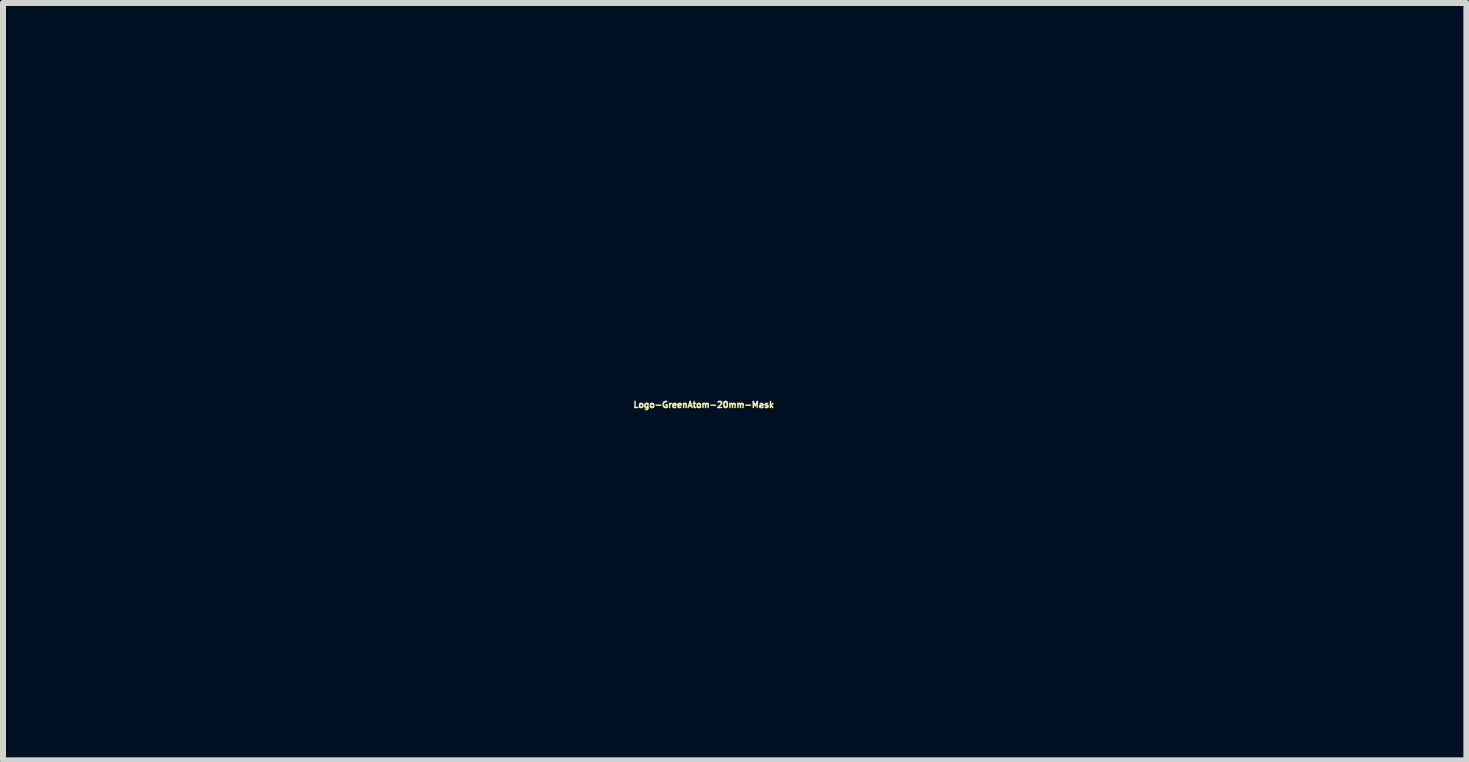
<source format=kicad_pcb>
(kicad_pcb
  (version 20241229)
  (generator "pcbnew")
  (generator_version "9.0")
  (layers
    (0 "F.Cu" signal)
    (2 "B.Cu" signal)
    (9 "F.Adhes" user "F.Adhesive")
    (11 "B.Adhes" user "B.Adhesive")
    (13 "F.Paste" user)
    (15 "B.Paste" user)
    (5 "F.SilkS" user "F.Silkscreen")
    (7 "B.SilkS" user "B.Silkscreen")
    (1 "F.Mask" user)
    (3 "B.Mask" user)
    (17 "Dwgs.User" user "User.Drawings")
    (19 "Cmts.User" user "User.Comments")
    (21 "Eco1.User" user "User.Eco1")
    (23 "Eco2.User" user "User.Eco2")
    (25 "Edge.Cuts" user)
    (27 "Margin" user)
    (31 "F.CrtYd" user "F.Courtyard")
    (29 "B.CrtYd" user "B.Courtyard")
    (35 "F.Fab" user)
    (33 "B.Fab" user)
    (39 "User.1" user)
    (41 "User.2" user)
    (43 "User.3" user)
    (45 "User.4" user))
  (footprint "Logo-GreenAtom-20mm-Mask"
    (layer "F.Cu")
    (at 8.68 3.697)
    (property "Reference" "Logo-GreenAtom-20mm-Mask" (at 0 0 0) (layer "F.SilkS") (effects (font (size 0.1 0.1) (thickness 0.1))))
    (attr board_only exclude_from_pos_files exclude_from_bom)
    (fp_poly (pts (xy -5.078 -1.337) (xy -5.084 -1.331) (xy -5.089 -1.337) (xy -5.084 -1.342)) (stroke (width 0) (type solid)) (fill yes) (layer "F.Mask"))
    (fp_poly (pts (xy -8.088 1.953) (xy -7.994 1.985) (xy -7.907 2.038) (xy -7.854 2.083) (xy -7.787 2.165) (xy -7.74 2.254) (xy -7.713 2.348) (xy -7.705 2.445) (xy -7.716 2.54) (xy -7.745 2.631) (xy -7.793 2.717) (xy -7.857 2.792) (xy -7.939 2.856) (xy -8.003 2.891) (xy -8.079 2.916) (xy -8.165 2.927) (xy -8.254 2.925) (xy -8.336 2.909) (xy -8.342 2.907) (xy -8.414 2.874) (xy -8.487 2.828) (xy -8.549 2.773) (xy -8.569 2.752) (xy -8.627 2.664) (xy -8.664 2.569) (xy -8.68 2.47) (xy -8.677 2.37) (xy -8.653 2.272) (xy -8.608 2.179) (xy -8.545 2.097) (xy -8.465 2.028) (xy -8.376 1.979) (xy -8.282 1.95) (xy -8.184 1.941)) (stroke (width 0) (type solid)) (fill yes) (layer "F.Mask"))
    (fp_poly (pts (xy -6.605 -3.685) (xy -6.511 -3.653) (xy -6.424 -3.6) (xy -6.372 -3.555) (xy -6.304 -3.473) (xy -6.257 -3.384) (xy -6.23 -3.29) (xy -6.222 -3.193) (xy -6.234 -3.098) (xy -6.263 -3.007) (xy -6.31 -2.921) (xy -6.375 -2.846) (xy -6.456 -2.782) (xy -6.521 -2.747) (xy -6.596 -2.722) (xy -6.683 -2.711) (xy -6.771 -2.713) (xy -6.853 -2.729) (xy -6.86 -2.731) (xy -6.932 -2.764) (xy -7.004 -2.81) (xy -7.067 -2.865) (xy -7.086 -2.886) (xy -7.144 -2.974) (xy -7.181 -3.069) (xy -7.198 -3.168) (xy -7.194 -3.268) (xy -7.17 -3.366) (xy -7.126 -3.458) (xy -7.062 -3.541) (xy -6.982 -3.61) (xy -6.894 -3.659) (xy -6.799 -3.688) (xy -6.702 -3.697)) (stroke (width 0) (type solid)) (fill yes) (layer "F.Mask"))
    (fp_poly (pts (xy -2.508 0.389) (xy -2.414 0.421) (xy -2.327 0.473) (xy -2.275 0.519) (xy -2.207 0.6) (xy -2.16 0.69) (xy -2.133 0.784) (xy -2.125 0.88) (xy -2.136 0.976) (xy -2.166 1.067) (xy -2.213 1.152) (xy -2.278 1.228) (xy -2.359 1.292) (xy -2.424 1.327) (xy -2.499 1.351) (xy -2.586 1.363) (xy -2.674 1.36) (xy -2.756 1.344) (xy -2.763 1.342) (xy -2.835 1.31) (xy -2.907 1.264) (xy -2.97 1.209) (xy -2.989 1.187) (xy -3.047 1.1) (xy -3.084 1.005) (xy -3.101 0.906) (xy -3.097 0.806) (xy -3.073 0.708) (xy -3.029 0.615) (xy -2.965 0.533) (xy -2.885 0.464) (xy -2.796 0.415) (xy -2.702 0.386) (xy -2.605 0.377)) (stroke (width 0) (type solid)) (fill yes) (layer "F.Mask"))
    (fp_poly (pts (xy 3.213 0.318) (xy 3.22 0.343) (xy 3.225 0.386) (xy 3.228 0.44) (xy 3.228 0.499) (xy 3.227 0.558) (xy 3.223 0.611) (xy 3.217 0.651) (xy 3.211 0.669) (xy 3.195 0.7) (xy 2.861 0.703) (xy 2.527 0.706) (xy 2.521 1.751) (xy 2.515 2.795) (xy 2.48 2.813) (xy 2.455 2.82) (xy 2.412 2.825) (xy 2.356 2.83) (xy 2.293 2.833) (xy 2.229 2.834) (xy 2.169 2.834) (xy 2.119 2.831) (xy 2.083 2.826) (xy 2.081 2.826) (xy 2.068 2.823) (xy 2.057 2.821) (xy 2.048 2.818) (xy 2.039 2.813) (xy 2.032 2.804) (xy 2.026 2.791) (xy 2.022 2.77) (xy 2.017 2.742) (xy 2.014 2.704) (xy 2.012 2.655) (xy 2.01 2.594) (xy 2.008 2.52) (xy 2.007 2.43) (xy 2.007 2.324) (xy 2.006 2.2) (xy 2.006 2.057) (xy 2.005 1.893) (xy 2.005 1.747) (xy 2.002 0.706) (xy 1.666 0.703) (xy 1.329 0.7) (xy 1.313 0.66) (xy 1.304 0.624) (xy 1.298 0.572) (xy 1.295 0.512) (xy 1.296 0.449) (xy 1.3 0.392) (xy 1.308 0.348) (xy 1.313 0.332) (xy 1.33 0.292) (xy 3.198 0.292)) (stroke (width 0) (type solid)) (fill yes) (layer "F.Mask"))
    (fp_poly (pts (xy -5.713 -0.969) (xy -5.56 -0.939) (xy -5.417 -0.889) (xy -5.285 -0.82) (xy -5.166 -0.732) (xy -5.06 -0.628) (xy -4.97 -0.508) (xy -4.896 -0.373) (xy -4.84 -0.225) (xy -4.826 -0.175) (xy -4.811 -0.093) (xy -4.803 0.003) (xy -4.803 0.105) (xy -4.809 0.204) (xy -4.823 0.293) (xy -4.83 0.325) (xy -4.883 0.477) (xy -4.954 0.615) (xy -5.044 0.739) (xy -5.15 0.848) (xy -5.273 0.941) (xy -5.406 1.014) (xy -5.461 1.038) (xy -5.519 1.06) (xy -5.57 1.077) (xy -5.58 1.079) (xy -5.63 1.089) (xy -5.697 1.096) (xy -5.771 1.102) (xy -5.846 1.104) (xy -5.916 1.104) (xy -5.973 1.1) (xy -5.992 1.097) (xy -6.146 1.058) (xy -6.289 0.999) (xy -6.419 0.921) (xy -6.535 0.826) (xy -6.636 0.714) (xy -6.721 0.586) (xy -6.789 0.445) (xy -6.837 0.295) (xy -6.849 0.224) (xy -6.856 0.138) (xy -6.857 0.045) (xy -6.852 -0.048) (xy -6.842 -0.133) (xy -6.83 -0.193) (xy -6.799 -0.288) (xy -6.755 -0.388) (xy -6.705 -0.484) (xy -6.66 -0.554) (xy -6.565 -0.667) (xy -6.455 -0.764) (xy -6.331 -0.845) (xy -6.197 -0.907) (xy -6.056 -0.95) (xy -5.91 -0.972) (xy -5.761 -0.973)) (stroke (width 0) (type solid)) (fill yes) (layer "F.Mask"))
    (fp_poly (pts (xy 5.171 0.263) (xy 5.321 0.293) (xy 5.457 0.338) (xy 5.579 0.399) (xy 5.688 0.477) (xy 5.755 0.538) (xy 5.833 0.626) (xy 5.898 0.726) (xy 5.954 0.839) (xy 6 0.969) (xy 6.038 1.119) (xy 6.043 1.145) (xy 6.052 1.203) (xy 6.058 1.28) (xy 6.063 1.37) (xy 6.065 1.467) (xy 6.065 1.567) (xy 6.063 1.665) (xy 6.058 1.756) (xy 6.052 1.833) (xy 6.043 1.893) (xy 6.043 1.895) (xy 5.997 2.073) (xy 5.937 2.234) (xy 5.862 2.376) (xy 5.772 2.5) (xy 5.666 2.606) (xy 5.546 2.695) (xy 5.411 2.766) (xy 5.299 2.807) (xy 5.177 2.837) (xy 5.04 2.859) (xy 4.893 2.869) (xy 4.743 2.87) (xy 4.64 2.863) (xy 4.571 2.854) (xy 4.49 2.838) (xy 4.409 2.819) (xy 4.337 2.797) (xy 4.325 2.793) (xy 4.189 2.733) (xy 4.07 2.657) (xy 3.967 2.563) (xy 3.879 2.452) (xy 3.824 2.358) (xy 3.777 2.259) (xy 3.741 2.16) (xy 3.713 2.057) (xy 3.693 1.946) (xy 3.68 1.822) (xy 3.673 1.683) (xy 3.672 1.587) (xy 3.673 1.558) (xy 4.211 1.558) (xy 4.214 1.7) (xy 4.224 1.823) (xy 4.242 1.931) (xy 4.267 2.028) (xy 4.301 2.118) (xy 4.315 2.147) (xy 4.373 2.241) (xy 4.446 2.318) (xy 4.535 2.378) (xy 4.64 2.42) (xy 4.745 2.444) (xy 4.795 2.448) (xy 4.86 2.447) (xy 4.931 2.442) (xy 5 2.434) (xy 5.058 2.423) (xy 5.078 2.417) (xy 5.182 2.373) (xy 5.274 2.31) (xy 5.352 2.228) (xy 5.417 2.129) (xy 5.466 2.013) (xy 5.486 1.945) (xy 5.506 1.844) (xy 5.52 1.728) (xy 5.528 1.605) (xy 5.528 1.482) (xy 5.523 1.378) (xy 5.505 1.236) (xy 5.479 1.115) (xy 5.443 1.011) (xy 5.399 0.923) (xy 5.343 0.85) (xy 5.329 0.834) (xy 5.262 0.775) (xy 5.191 0.731) (xy 5.108 0.699) (xy 5.072 0.689) (xy 4.95 0.668) (xy 4.829 0.666) (xy 4.713 0.683) (xy 4.604 0.719) (xy 4.507 0.772) (xy 4.43 0.835) (xy 4.363 0.914) (xy 4.309 1.005) (xy 4.267 1.11) (xy 4.238 1.231) (xy 4.219 1.369) (xy 4.212 1.525) (xy 4.211 1.558) (xy 3.673 1.558) (xy 3.673 1.472) (xy 3.677 1.375) (xy 3.684 1.291) (xy 3.695 1.215) (xy 3.71 1.142) (xy 3.731 1.066) (xy 3.747 1.016) (xy 3.798 0.881) (xy 3.86 0.763) (xy 3.935 0.656) (xy 4.027 0.555) (xy 4.042 0.541) (xy 4.146 0.453) (xy 4.257 0.382) (xy 4.377 0.327) (xy 4.509 0.287) (xy 4.656 0.262) (xy 4.82 0.249) (xy 4.821 0.249) (xy 5.005 0.249)) (stroke (width 0) (type solid)) (fill yes) (layer "F.Mask"))
    (fp_poly (pts (xy -0.204 0.278) (xy -0.109 0.279) (xy -0.033 0.281) (xy 0.024 0.286) (xy 0.067 0.293) (xy 0.097 0.303) (xy 0.118 0.317) (xy 0.133 0.335) (xy 0.135 0.339) (xy 0.142 0.353) (xy 0.155 0.389) (xy 0.175 0.443) (xy 0.2 0.515) (xy 0.232 0.603) (xy 0.268 0.706) (xy 0.309 0.822) (xy 0.354 0.949) (xy 0.403 1.087) (xy 0.454 1.233) (xy 0.508 1.386) (xy 0.556 1.523) (xy 0.623 1.717) (xy 0.684 1.89) (xy 0.737 2.043) (xy 0.784 2.178) (xy 0.824 2.296) (xy 0.858 2.398) (xy 0.887 2.485) (xy 0.911 2.558) (xy 0.929 2.619) (xy 0.944 2.67) (xy 0.954 2.71) (xy 0.96 2.742) (xy 0.963 2.766) (xy 0.962 2.785) (xy 0.959 2.798) (xy 0.954 2.807) (xy 0.946 2.814) (xy 0.937 2.82) (xy 0.934 2.822) (xy 0.916 2.828) (xy 0.886 2.832) (xy 0.841 2.834) (xy 0.779 2.835) (xy 0.697 2.834) (xy 0.692 2.834) (xy 0.616 2.833) (xy 0.56 2.831) (xy 0.52 2.829) (xy 0.493 2.825) (xy 0.475 2.82) (xy 0.464 2.814) (xy 0.457 2.807) (xy 0.447 2.79) (xy 0.431 2.754) (xy 0.41 2.702) (xy 0.386 2.639) (xy 0.361 2.567) (xy 0.344 2.518) (xy 0.254 2.253) (xy -0.226 2.256) (xy -0.705 2.259) (xy -0.793 2.527) (xy -0.823 2.618) (xy -0.847 2.689) (xy -0.868 2.742) (xy -0.888 2.781) (xy -0.911 2.808) (xy -0.938 2.824) (xy -0.973 2.833) (xy -1.017 2.836) (xy -1.073 2.836) (xy -1.126 2.836) (xy -1.189 2.834) (xy -1.245 2.832) (xy -1.29 2.828) (xy -1.318 2.824) (xy -1.322 2.823) (xy -1.351 2.801) (xy -1.364 2.765) (xy -1.359 2.712) (xy -1.355 2.697) (xy -1.349 2.678) (xy -1.336 2.639) (xy -1.317 2.582) (xy -1.292 2.509) (xy -1.262 2.421) (xy -1.228 2.32) (xy -1.189 2.209) (xy -1.147 2.088) (xy -1.103 1.959) (xy -1.064 1.847) (xy -0.584 1.847) (xy -0.572 1.849) (xy -0.541 1.851) (xy -0.491 1.853) (xy -0.427 1.854) (xy -0.351 1.855) (xy -0.265 1.856) (xy -0.228 1.856) (xy -0.122 1.856) (xy -0.039 1.855) (xy 0.026 1.854) (xy 0.073 1.852) (xy 0.104 1.85) (xy 0.122 1.846) (xy 0.128 1.842) (xy 0.128 1.841) (xy 0.125 1.828) (xy 0.115 1.794) (xy 0.098 1.743) (xy 0.077 1.676) (xy 0.051 1.596) (xy 0.021 1.505) (xy -0.012 1.405) (xy -0.048 1.298) (xy -0.226 0.765) (xy -0.405 1.301) (xy -0.44 1.408) (xy -0.474 1.509) (xy -0.504 1.6) (xy -0.53 1.68) (xy -0.552 1.747) (xy -0.569 1.799) (xy -0.579 1.833) (xy -0.584 1.847) (xy -0.584 1.847) (xy -1.064 1.847) (xy -1.057 1.825) (xy -1.009 1.687) (xy -0.96 1.546) (xy -0.911 1.406) (xy -0.863 1.267) (xy -0.816 1.131) (xy -0.77 1) (xy -0.726 0.875) (xy -0.686 0.759) (xy -0.649 0.654) (xy -0.616 0.56) (xy -0.588 0.481) (xy -0.565 0.417) (xy -0.549 0.37) (xy -0.538 0.343) (xy -0.536 0.336) (xy -0.522 0.318) (xy -0.502 0.303) (xy -0.473 0.293) (xy -0.432 0.285) (xy -0.376 0.281) (xy -0.302 0.278) (xy -0.208 0.278)) (stroke (width 0) (type solid)) (fill yes) (layer "F.Mask"))
    (fp_poly (pts (xy 9.412 0.292) (xy 9.478 0.292) (xy 9.526 0.293) (xy 9.561 0.296) (xy 9.586 0.299) (xy 9.604 0.304) (xy 9.618 0.31) (xy 9.631 0.318) (xy 9.644 0.326) (xy 9.655 0.333) (xy 9.665 0.341) (xy 9.674 0.35) (xy 9.682 0.362) (xy 9.688 0.378) (xy 9.694 0.401) (xy 9.698 0.43) (xy 9.702 0.468) (xy 9.705 0.515) (xy 9.707 0.574) (xy 9.709 0.645) (xy 9.71 0.73) (xy 9.711 0.831) (xy 9.712 0.948) (xy 9.712 1.082) (xy 9.712 1.236) (xy 9.712 1.411) (xy 9.712 1.608) (xy 9.712 2.789) (xy 9.68 2.81) (xy 9.661 2.819) (xy 9.634 2.826) (xy 9.594 2.83) (xy 9.538 2.834) (xy 9.502 2.835) (xy 9.409 2.835) (xy 9.338 2.83) (xy 9.285 2.819) (xy 9.25 2.803) (xy 9.24 2.794) (xy 9.236 2.789) (xy 9.234 2.78) (xy 9.231 2.764) (xy 9.229 2.742) (xy 9.227 2.71) (xy 9.226 2.669) (xy 9.225 2.616) (xy 9.224 2.55) (xy 9.223 2.47) (xy 9.222 2.374) (xy 9.222 2.26) (xy 9.221 2.129) (xy 9.221 1.977) (xy 9.221 1.804) (xy 9.221 1.735) (xy 9.22 0.695) (xy 8.848 1.738) (xy 8.794 1.887) (xy 8.743 2.031) (xy 8.694 2.167) (xy 8.648 2.294) (xy 8.606 2.41) (xy 8.568 2.514) (xy 8.535 2.604) (xy 8.507 2.679) (xy 8.486 2.736) (xy 8.471 2.776) (xy 8.463 2.795) (xy 8.462 2.797) (xy 8.439 2.813) (xy 8.4 2.825) (xy 8.343 2.832) (xy 8.265 2.836) (xy 8.218 2.836) (xy 8.137 2.834) (xy 8.076 2.829) (xy 8.031 2.819) (xy 7.999 2.805) (xy 7.976 2.784) (xy 7.972 2.778) (xy 7.965 2.763) (xy 7.951 2.727) (xy 7.931 2.673) (xy 7.905 2.601) (xy 7.874 2.514) (xy 7.838 2.412) (xy 7.798 2.298) (xy 7.754 2.172) (xy 7.707 2.038) (xy 7.658 1.895) (xy 7.607 1.747) (xy 7.597 1.718) (xy 7.243 0.688) (xy 7.24 1.738) (xy 7.237 2.789) (xy 7.206 2.81) (xy 7.188 2.819) (xy 7.164 2.825) (xy 7.128 2.829) (xy 7.077 2.831) (xy 7.016 2.833) (xy 6.954 2.833) (xy 6.897 2.832) (xy 6.85 2.829) (xy 6.82 2.826) (xy 6.817 2.825) (xy 6.786 2.813) (xy 6.763 2.795) (xy 6.762 2.794) (xy 6.759 2.787) (xy 6.757 2.772) (xy 6.755 2.749) (xy 6.753 2.715) (xy 6.752 2.67) (xy 6.751 2.613) (xy 6.75 2.541) (xy 6.749 2.455) (xy 6.749 2.353) (xy 6.749 2.233) (xy 6.749 2.095) (xy 6.749 1.936) (xy 6.749 1.757) (xy 6.75 1.594) (xy 6.753 0.414) (xy 6.778 0.374) (xy 6.794 0.349) (xy 6.811 0.33) (xy 6.831 0.316) (xy 6.857 0.305) (xy 6.893 0.299) (xy 6.941 0.295) (xy 7.004 0.293) (xy 7.087 0.292) (xy 7.14 0.292) (xy 7.23 0.292) (xy 7.309 0.294) (xy 7.375 0.297) (xy 7.423 0.3) (xy 7.452 0.305) (xy 7.453 0.305) (xy 7.526 0.336) (xy 7.585 0.386) (xy 7.631 0.455) (xy 7.633 0.458) (xy 7.643 0.481) (xy 7.66 0.524) (xy 7.683 0.585) (xy 7.713 0.662) (xy 7.747 0.754) (xy 7.785 0.857) (xy 7.827 0.971) (xy 7.872 1.093) (xy 7.918 1.221) (xy 7.951 1.311) (xy 7.997 1.439) (xy 8.042 1.561) (xy 8.084 1.674) (xy 8.122 1.777) (xy 8.156 1.867) (xy 8.185 1.944) (xy 8.209 2.006) (xy 8.227 2.05) (xy 8.238 2.076) (xy 8.242 2.081) (xy 8.247 2.069) (xy 8.26 2.037) (xy 8.28 1.986) (xy 8.306 1.919) (xy 8.337 1.837) (xy 8.374 1.742) (xy 8.414 1.636) (xy 8.458 1.521) (xy 8.504 1.398) (xy 8.538 1.307) (xy 8.597 1.151) (xy 8.648 1.016) (xy 8.692 0.899) (xy 8.729 0.8) (xy 8.761 0.716) (xy 8.787 0.647) (xy 8.809 0.59) (xy 8.827 0.545) (xy 8.841 0.509) (xy 8.853 0.482) (xy 8.862 0.461) (xy 8.869 0.445) (xy 8.876 0.434) (xy 8.882 0.424) (xy 8.888 0.415) (xy 8.895 0.406) (xy 8.92 0.373) (xy 8.944 0.347) (xy 8.971 0.328) (xy 9.004 0.313) (xy 9.046 0.303) (xy 9.099 0.297) (xy 9.168 0.293) (xy 9.255 0.292) (xy 9.327 0.292)) (stroke (width 0) (type solid)) (fill yes) (layer "F.Mask")))
  (gr_rect
    (start -3 -3)
    (end 21.392 9.623)
    (stroke (width 0.1) (type default))
    (fill no)
    (layer "Edge.Cuts")))
</source>
